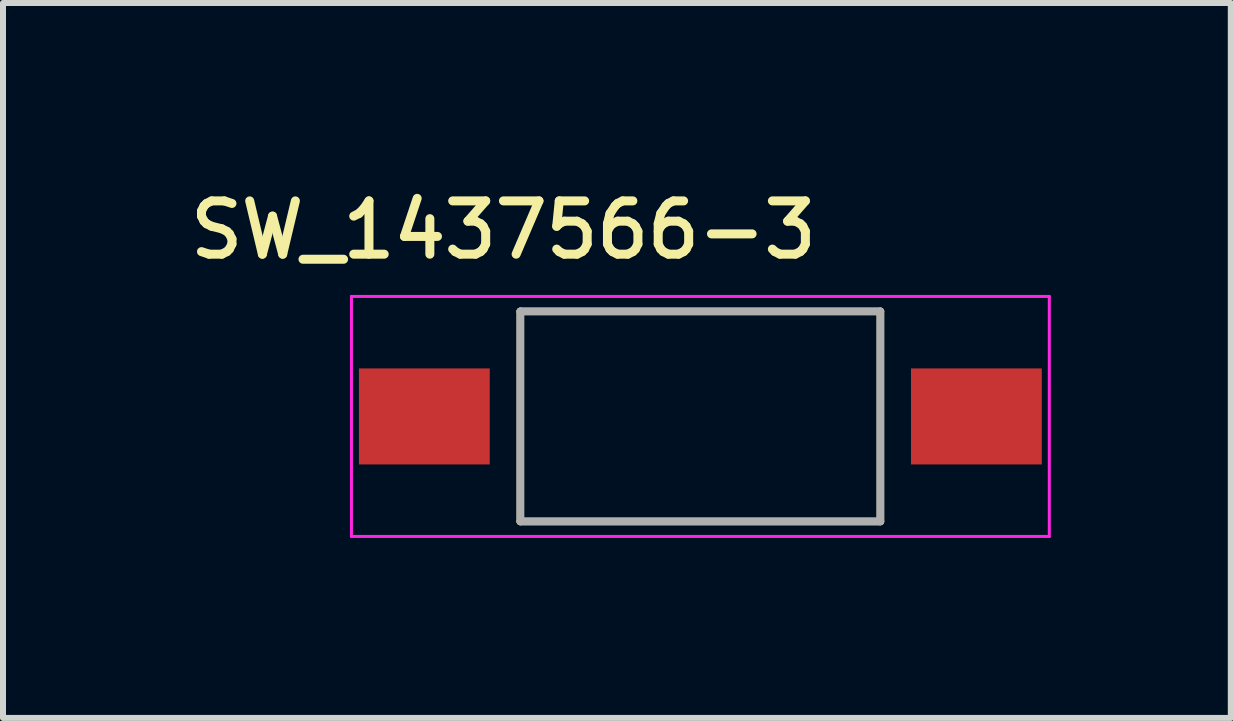
<source format=kicad_pcb>
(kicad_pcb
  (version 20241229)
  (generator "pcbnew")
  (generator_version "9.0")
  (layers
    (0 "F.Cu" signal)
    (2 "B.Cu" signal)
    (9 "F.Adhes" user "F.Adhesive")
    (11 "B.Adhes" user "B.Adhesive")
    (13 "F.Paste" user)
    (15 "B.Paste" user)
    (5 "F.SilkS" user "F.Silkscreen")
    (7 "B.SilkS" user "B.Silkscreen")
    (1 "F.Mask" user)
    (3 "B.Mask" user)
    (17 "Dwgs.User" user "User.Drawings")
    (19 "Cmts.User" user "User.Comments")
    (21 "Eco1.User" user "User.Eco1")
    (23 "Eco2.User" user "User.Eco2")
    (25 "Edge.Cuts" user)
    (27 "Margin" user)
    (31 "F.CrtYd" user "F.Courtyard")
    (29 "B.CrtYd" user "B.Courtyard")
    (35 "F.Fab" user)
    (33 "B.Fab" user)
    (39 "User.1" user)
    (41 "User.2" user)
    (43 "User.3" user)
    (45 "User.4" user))
  (footprint "SW_1437566-3"
    (layer "F.Cu")
    (at 8.622 3.89)
    (property "Reference" "SW_1437566-3" (at -3.282 -3.107 0) (layer "F.SilkS") (effects (font (size 0.888 0.888) (thickness 0.15))))
    (attr smd)
    (fp_line (start -3 -1.75) (end -3 1.75) (stroke (width 0.127) (type solid)) (layer "F.SilkS"))
    (fp_line (start -3 1.75) (end 3 1.75) (stroke (width 0.127) (type solid)) (layer "F.SilkS"))
    (fp_line (start 3 -1.75) (end -3 -1.75) (stroke (width 0.127) (type solid)) (layer "F.SilkS"))
    (fp_line (start 3 1.75) (end 3 -1.75) (stroke (width 0.127) (type solid)) (layer "F.SilkS"))
    (fp_line (start -5.815 -2) (end -5.815 2) (stroke (width 0.05) (type solid)) (layer "F.CrtYd"))
    (fp_line (start -5.815 2) (end 5.815 2) (stroke (width 0.05) (type solid)) (layer "F.CrtYd"))
    (fp_line (start 5.815 -2) (end -5.815 -2) (stroke (width 0.05) (type solid)) (layer "F.CrtYd"))
    (fp_line (start 5.815 2) (end 5.815 -2) (stroke (width 0.05) (type solid)) (layer "F.CrtYd"))
    (fp_line (start -3 -1.75) (end -3 1.75) (stroke (width 0.127) (type solid)) (layer "F.Fab"))
    (fp_line (start -3 1.75) (end 3 1.75) (stroke (width 0.127) (type solid)) (layer "F.Fab"))
    (fp_line (start 3 -1.75) (end -3 -1.75) (stroke (width 0.127) (type solid)) (layer "F.Fab"))
    (fp_line (start 3 1.75) (end 3 -1.75) (stroke (width 0.127) (type solid)) (layer "F.Fab"))
    (pad "1" smd rect (at -4.6 0 90) (size 1.6 2.18) (layers "F.Cu" "F.Mask" "F.Paste"))
    (pad "2" smd rect (at 4.6 0 90) (size 1.6 2.18) (layers "F.Cu" "F.Mask" "F.Paste")))
  (gr_rect
    (start -3 -3)
    (end 17.462 8.915)
    (stroke (width 0.1) (type default))
    (fill no)
    (layer "Edge.Cuts")))
</source>
